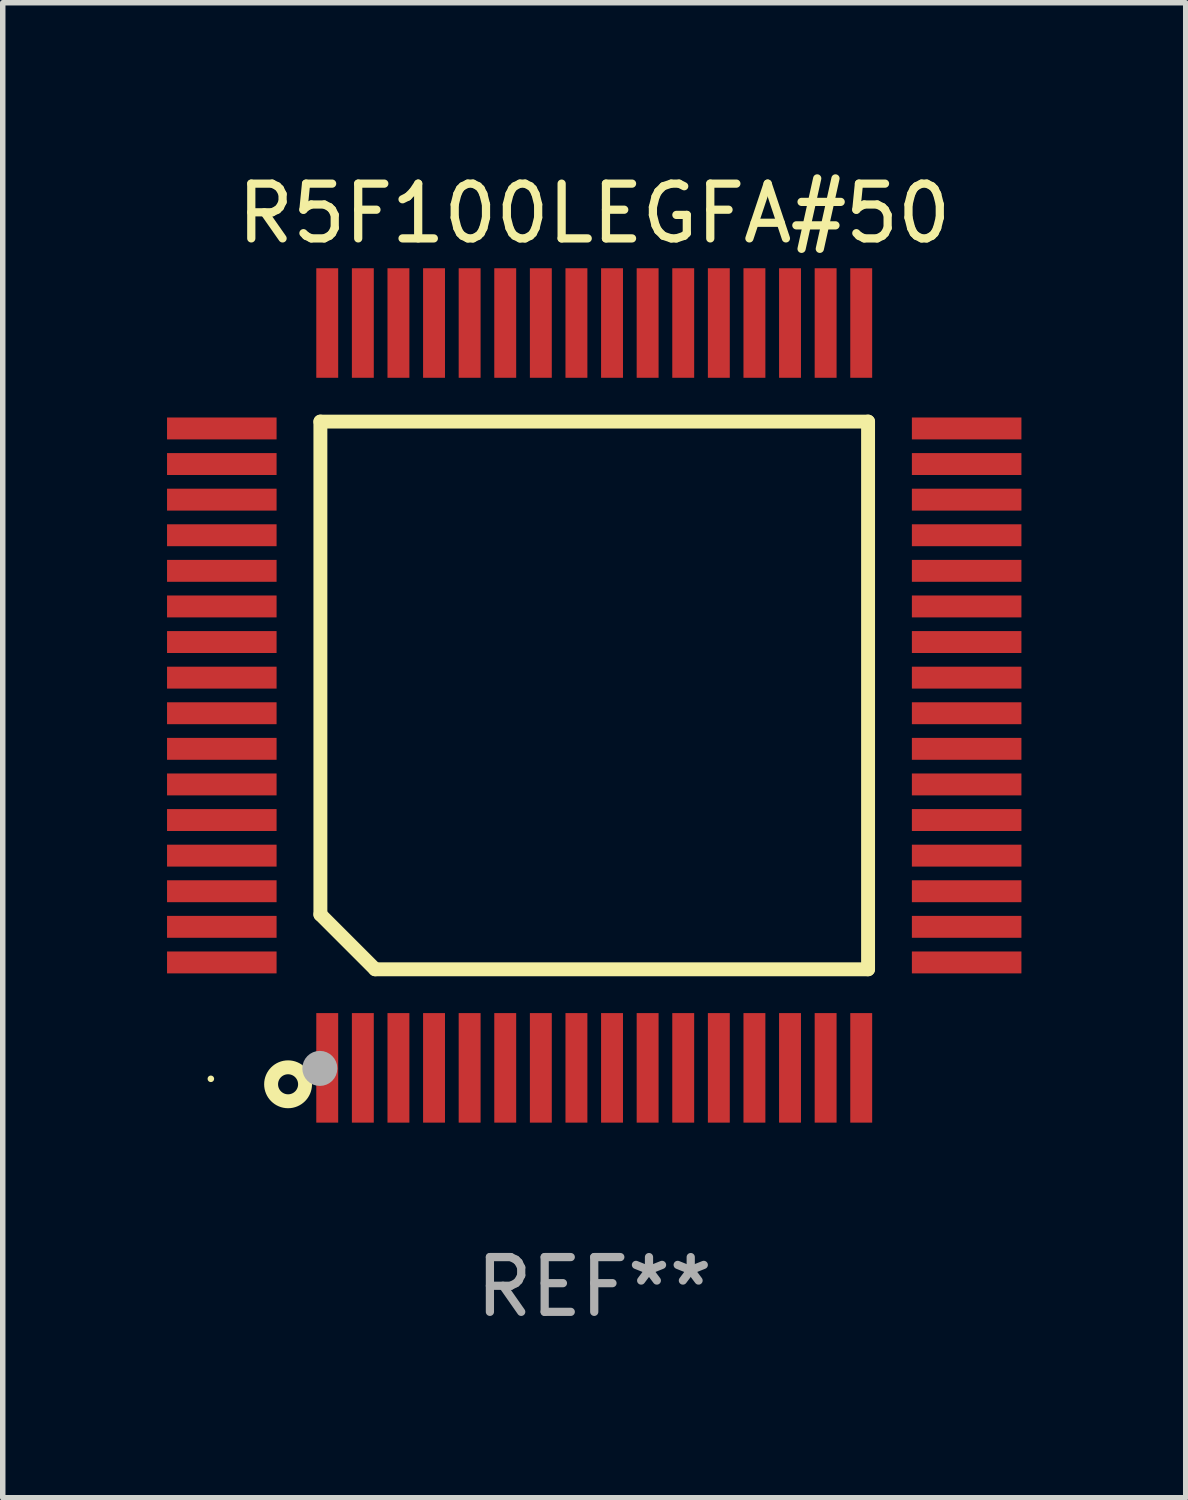
<source format=kicad_pcb>
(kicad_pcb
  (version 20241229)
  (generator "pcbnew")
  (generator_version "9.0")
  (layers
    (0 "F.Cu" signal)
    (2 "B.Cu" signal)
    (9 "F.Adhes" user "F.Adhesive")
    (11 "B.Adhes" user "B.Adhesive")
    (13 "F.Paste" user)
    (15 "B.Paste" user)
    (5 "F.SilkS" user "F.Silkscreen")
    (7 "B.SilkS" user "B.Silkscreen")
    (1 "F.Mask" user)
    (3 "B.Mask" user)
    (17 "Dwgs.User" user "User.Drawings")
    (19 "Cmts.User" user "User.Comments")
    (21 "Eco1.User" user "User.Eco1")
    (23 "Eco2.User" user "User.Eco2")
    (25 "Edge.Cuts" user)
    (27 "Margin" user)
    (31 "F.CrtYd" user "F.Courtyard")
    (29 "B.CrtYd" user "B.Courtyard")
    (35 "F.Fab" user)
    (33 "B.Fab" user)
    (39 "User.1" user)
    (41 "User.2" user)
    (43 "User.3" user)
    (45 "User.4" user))
  (footprint "R5F100LEGFA#50"
    (layer "F.Cu")
    (at 7.8 9.648)
    (property "Reference" "R5F100LEGFA#50" (at 0 -8.8 0) (layer "F.SilkS") (effects (font (size 1 1) (thickness 0.15))))
    (attr through_hole)
    (fp_line (start -5 -5) (end 5 -5) (stroke (width 0.254) (type solid)) (layer "F.SilkS"))
    (fp_line (start -5 4) (end -5 -5) (stroke (width 0.254) (type solid)) (layer "F.SilkS"))
    (fp_line (start -4 5) (end -5 4) (stroke (width 0.254) (type solid)) (layer "F.SilkS"))
    (fp_line (start 5 -5) (end 5 5) (stroke (width 0.254) (type solid)) (layer "F.SilkS"))
    (fp_line (start 5 5) (end -4 5) (stroke (width 0.254) (type solid)) (layer "F.SilkS"))
    (fp_circle (center -7 7) (end -6.97 7) (stroke (width 0.06) (type solid)) (fill no) (layer "F.SilkS"))
    (fp_circle (center -5.59 7.1) (end -5.28 7.1) (stroke (width 0.254) (type solid)) (fill no) (layer "F.SilkS"))
    (fp_circle (center -5.01 6.81) (end -4.85 6.81) (stroke (width 0.32) (type solid)) (fill no) (layer "F.Fab"))
    (fp_text user "REF**" (at 0 10.8 0) (layer "F.Fab") (effects (font (size 1 1) (thickness 0.15))))
    (pad "1" smd rect (at -4.875 6.8) (size 0.4 2) (layers "F.Cu" "F.Mask" "F.Paste"))
    (pad "2" smd rect (at -4.225 6.8) (size 0.4 2) (layers "F.Cu" "F.Mask" "F.Paste"))
    (pad "3" smd rect (at -3.575 6.8) (size 0.4 2) (layers "F.Cu" "F.Mask" "F.Paste"))
    (pad "4" smd rect (at -2.925 6.8) (size 0.4 2) (layers "F.Cu" "F.Mask" "F.Paste"))
    (pad "5" smd rect (at -2.275 6.8) (size 0.4 2) (layers "F.Cu" "F.Mask" "F.Paste"))
    (pad "6" smd rect (at -1.625 6.8) (size 0.4 2) (layers "F.Cu" "F.Mask" "F.Paste"))
    (pad "7" smd rect (at -0.975 6.8) (size 0.4 2) (layers "F.Cu" "F.Mask" "F.Paste"))
    (pad "8" smd rect (at -0.325 6.8) (size 0.4 2) (layers "F.Cu" "F.Mask" "F.Paste"))
    (pad "9" smd rect (at 0.325 6.8) (size 0.4 2) (layers "F.Cu" "F.Mask" "F.Paste"))
    (pad "10" smd rect (at 0.975 6.8) (size 0.4 2) (layers "F.Cu" "F.Mask" "F.Paste"))
    (pad "11" smd rect (at 1.625 6.8) (size 0.4 2) (layers "F.Cu" "F.Mask" "F.Paste"))
    (pad "12" smd rect (at 2.275 6.8) (size 0.4 2) (layers "F.Cu" "F.Mask" "F.Paste"))
    (pad "13" smd rect (at 2.925 6.8) (size 0.4 2) (layers "F.Cu" "F.Mask" "F.Paste"))
    (pad "14" smd rect (at 3.575 6.8) (size 0.4 2) (layers "F.Cu" "F.Mask" "F.Paste"))
    (pad "15" smd rect (at 4.225 6.8) (size 0.4 2) (layers "F.Cu" "F.Mask" "F.Paste"))
    (pad "16" smd rect (at 4.875 6.8) (size 0.4 2) (layers "F.Cu" "F.Mask" "F.Paste"))
    (pad "17" smd rect (at 6.8 4.875) (size 2 0.4) (layers "F.Cu" "F.Mask" "F.Paste"))
    (pad "18" smd rect (at 6.8 4.225) (size 2 0.4) (layers "F.Cu" "F.Mask" "F.Paste"))
    (pad "19" smd rect (at 6.8 3.575) (size 2 0.4) (layers "F.Cu" "F.Mask" "F.Paste"))
    (pad "20" smd rect (at 6.8 2.925) (size 2 0.4) (layers "F.Cu" "F.Mask" "F.Paste"))
    (pad "21" smd rect (at 6.8 2.275) (size 2 0.4) (layers "F.Cu" "F.Mask" "F.Paste"))
    (pad "22" smd rect (at 6.8 1.625) (size 2 0.4) (layers "F.Cu" "F.Mask" "F.Paste"))
    (pad "23" smd rect (at 6.8 0.975) (size 2 0.4) (layers "F.Cu" "F.Mask" "F.Paste"))
    (pad "24" smd rect (at 6.8 0.325) (size 2 0.4) (layers "F.Cu" "F.Mask" "F.Paste"))
    (pad "25" smd rect (at 6.8 -0.325) (size 2 0.4) (layers "F.Cu" "F.Mask" "F.Paste"))
    (pad "26" smd rect (at 6.8 -0.975) (size 2 0.4) (layers "F.Cu" "F.Mask" "F.Paste"))
    (pad "27" smd rect (at 6.8 -1.625) (size 2 0.4) (layers "F.Cu" "F.Mask" "F.Paste"))
    (pad "28" smd rect (at 6.8 -2.275) (size 2 0.4) (layers "F.Cu" "F.Mask" "F.Paste"))
    (pad "29" smd rect (at 6.8 -2.925) (size 2 0.4) (layers "F.Cu" "F.Mask" "F.Paste"))
    (pad "30" smd rect (at 6.8 -3.575) (size 2 0.4) (layers "F.Cu" "F.Mask" "F.Paste"))
    (pad "31" smd rect (at 6.8 -4.225) (size 2 0.4) (layers "F.Cu" "F.Mask" "F.Paste"))
    (pad "32" smd rect (at 6.8 -4.875) (size 2 0.4) (layers "F.Cu" "F.Mask" "F.Paste"))
    (pad "33" smd rect (at 4.875 -6.8) (size 0.4 2) (layers "F.Cu" "F.Mask" "F.Paste"))
    (pad "34" smd rect (at 4.225 -6.8) (size 0.4 2) (layers "F.Cu" "F.Mask" "F.Paste"))
    (pad "35" smd rect (at 3.575 -6.8) (size 0.4 2) (layers "F.Cu" "F.Mask" "F.Paste"))
    (pad "36" smd rect (at 2.925 -6.8) (size 0.4 2) (layers "F.Cu" "F.Mask" "F.Paste"))
    (pad "37" smd rect (at 2.275 -6.8) (size 0.4 2) (layers "F.Cu" "F.Mask" "F.Paste"))
    (pad "38" smd rect (at 1.625 -6.8) (size 0.4 2) (layers "F.Cu" "F.Mask" "F.Paste"))
    (pad "39" smd rect (at 0.975 -6.8) (size 0.4 2) (layers "F.Cu" "F.Mask" "F.Paste"))
    (pad "40" smd rect (at 0.325 -6.8) (size 0.4 2) (layers "F.Cu" "F.Mask" "F.Paste"))
    (pad "41" smd rect (at -0.325 -6.8) (size 0.4 2) (layers "F.Cu" "F.Mask" "F.Paste"))
    (pad "42" smd rect (at -0.975 -6.8) (size 0.4 2) (layers "F.Cu" "F.Mask" "F.Paste"))
    (pad "43" smd rect (at -1.625 -6.8) (size 0.4 2) (layers "F.Cu" "F.Mask" "F.Paste"))
    (pad "44" smd rect (at -2.275 -6.8) (size 0.4 2) (layers "F.Cu" "F.Mask" "F.Paste"))
    (pad "45" smd rect (at -2.925 -6.8) (size 0.4 2) (layers "F.Cu" "F.Mask" "F.Paste"))
    (pad "46" smd rect (at -3.575 -6.8) (size 0.4 2) (layers "F.Cu" "F.Mask" "F.Paste"))
    (pad "47" smd rect (at -4.225 -6.8) (size 0.4 2) (layers "F.Cu" "F.Mask" "F.Paste"))
    (pad "48" smd rect (at -4.875 -6.8) (size 0.4 2) (layers "F.Cu" "F.Mask" "F.Paste"))
    (pad "49" smd rect (at -6.8 -4.875) (size 2 0.4) (layers "F.Cu" "F.Mask" "F.Paste"))
    (pad "50" smd rect (at -6.8 -4.225) (size 2 0.4) (layers "F.Cu" "F.Mask" "F.Paste"))
    (pad "51" smd rect (at -6.8 -3.575) (size 2 0.4) (layers "F.Cu" "F.Mask" "F.Paste"))
    (pad "52" smd rect (at -6.8 -2.925) (size 2 0.4) (layers "F.Cu" "F.Mask" "F.Paste"))
    (pad "53" smd rect (at -6.8 -2.275) (size 2 0.4) (layers "F.Cu" "F.Mask" "F.Paste"))
    (pad "54" smd rect (at -6.8 -1.625) (size 2 0.4) (layers "F.Cu" "F.Mask" "F.Paste"))
    (pad "55" smd rect (at -6.8 -0.975) (size 2 0.4) (layers "F.Cu" "F.Mask" "F.Paste"))
    (pad "56" smd rect (at -6.8 -0.325) (size 2 0.4) (layers "F.Cu" "F.Mask" "F.Paste"))
    (pad "57" smd rect (at -6.8 0.325) (size 2 0.4) (layers "F.Cu" "F.Mask" "F.Paste"))
    (pad "58" smd rect (at -6.8 0.975) (size 2 0.4) (layers "F.Cu" "F.Mask" "F.Paste"))
    (pad "59" smd rect (at -6.8 1.625) (size 2 0.4) (layers "F.Cu" "F.Mask" "F.Paste"))
    (pad "60" smd rect (at -6.8 2.275) (size 2 0.4) (layers "F.Cu" "F.Mask" "F.Paste"))
    (pad "61" smd rect (at -6.8 2.925) (size 2 0.4) (layers "F.Cu" "F.Mask" "F.Paste"))
    (pad "62" smd rect (at -6.8 3.575) (size 2 0.4) (layers "F.Cu" "F.Mask" "F.Paste"))
    (pad "63" smd rect (at -6.8 4.225) (size 2 0.4) (layers "F.Cu" "F.Mask" "F.Paste"))
    (pad "64" smd rect (at -6.8 4.875) (size 2 0.4) (layers "F.Cu" "F.Mask" "F.Paste")))
  (gr_rect
    (start -3 -3)
    (end 18.6 24.297)
    (stroke (width 0.1) (type default))
    (fill no)
    (layer "Edge.Cuts")))
</source>
